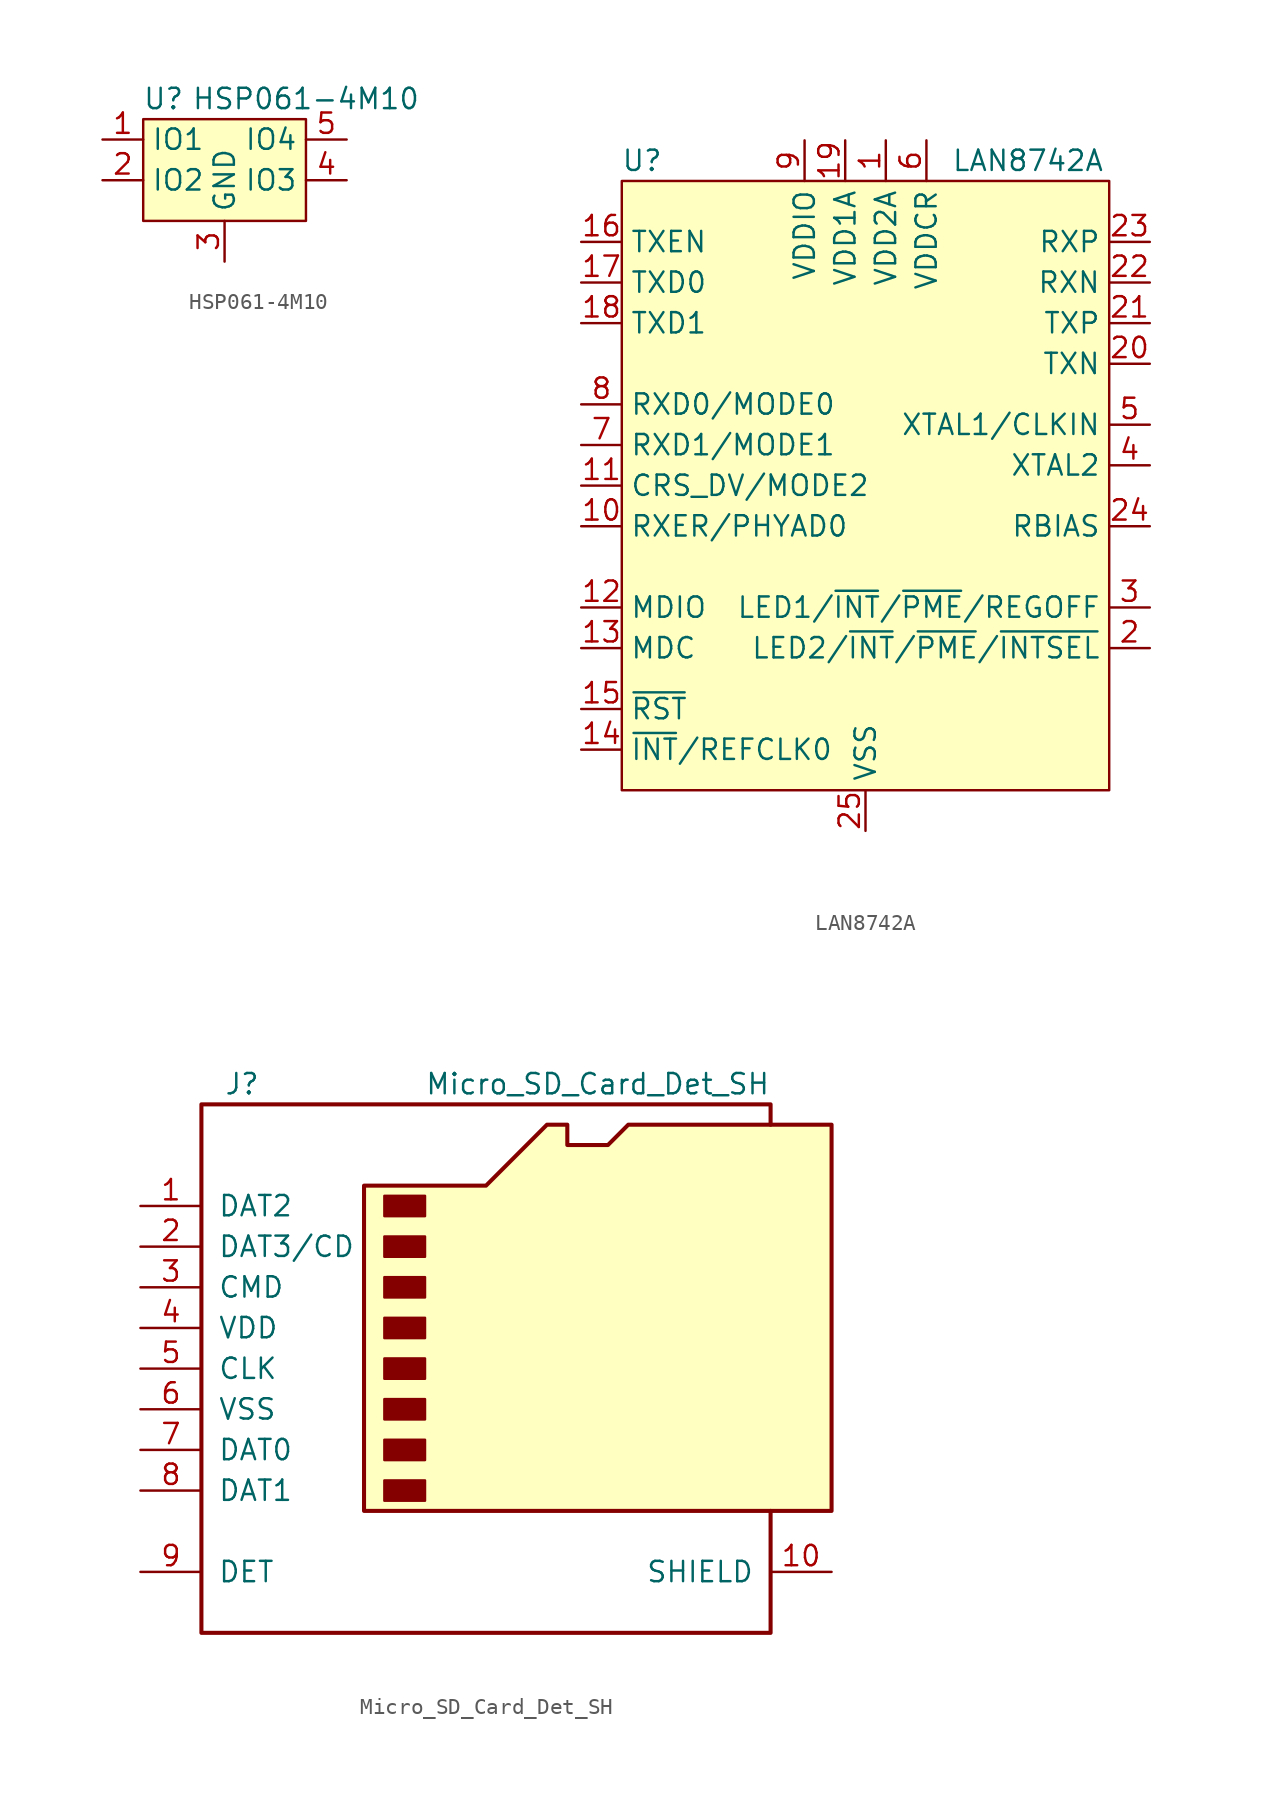
<source format=kicad_sym>
(kicad_symbol_lib
  (version 20211014)
  (generator kicad_symbol_editor)
  (symbol "HSP061-4M10"
    (property "Reference" "U"
      (at -3.81 5.08 0)
      (effects (font (size 1.27 1.27))))
    (property "Value" "HSP061-4M10"
      (at 5.08 5.08 0)
      (effects (font (size 1.27 1.27))))
    (symbol "HSP061-4M10_0_1"
      (rectangle (start -5.08 3.81) (end 5.08 -2.54) (stroke (width 0.152) (type default) (color 0 0 0 0)) (fill (type background))))
    (symbol "HSP061-4M10_1_1"
      (pin passive line (at -7.62 2.54 0) (length 2.54) (name "IO1" (effects (font (size 1.27 1.27)))) (number "1" (effects (font (size 1.27 1.27)))))
      (pin passive line (at -7.62 2.54 0) (length 2.54) hide (name "NC" (effects (font (size 1.27 1.27)))) (number "10" (effects (font (size 1.27 1.27)))))
      (pin passive line (at -7.62 0 0) (length 2.54) (name "IO2" (effects (font (size 1.27 1.27)))) (number "2" (effects (font (size 1.27 1.27)))))
      (pin passive line (at 0 -5.08 90) (length 2.54) (name "GND" (effects (font (size 1.27 1.27)))) (number "3" (effects (font (size 1.27 1.27)))))
      (pin passive line (at 7.62 0 180) (length 2.54) (name "IO3" (effects (font (size 1.27 1.27)))) (number "4" (effects (font (size 1.27 1.27)))))
      (pin passive line (at 7.62 2.54 180) (length 2.54) (name "IO4" (effects (font (size 1.27 1.27)))) (number "5" (effects (font (size 1.27 1.27)))))
      (pin passive line (at 7.62 2.54 180) (length 2.54) hide (name "NC" (effects (font (size 1.27 1.27)))) (number "6" (effects (font (size 1.27 1.27)))))
      (pin passive line (at 7.62 0 180) (length 2.54) hide (name "NC" (effects (font (size 1.27 1.27)))) (number "7" (effects (font (size 1.27 1.27)))))
      (pin passive line (at 0 -5.08 90) (length 2.54) hide (name "GND" (effects (font (size 1.27 1.27)))) (number "8" (effects (font (size 1.27 1.27)))))
      (pin passive line (at -7.62 0 0) (length 2.54) hide (name "NC" (effects (font (size 1.27 1.27)))) (number "9" (effects (font (size 1.27 1.27)))))))
  (symbol "LAN8742A"
    (property "Reference" "U"
      (at -13.97 20.32 0)
      (effects (font (size 1.27 1.27))))
    (property "Value" "LAN8742A"
      (at 10.16 20.32 0)
      (effects (font (size 1.27 1.27))))
    (symbol "LAN8742A_0_1"
      (rectangle (start -15.24 19.05) (end 15.24 -19.05) (stroke (width 0.152) (type default) (color 0 0 0 0)) (fill (type background))))
    (symbol "LAN8742A_1_1"
      (pin power_in line (at 1.27 21.59 270) (length 2.54) (name "VDD2A" (effects (font (size 1.27 1.27)))) (number "1" (effects (font (size 1.27 1.27)))))
      (pin output line (at -17.78 -2.54 0) (length 2.54) (name "RXER/PHYAD0" (effects (font (size 1.27 1.27)))) (number "10" (effects (font (size 1.27 1.27)))))
      (pin output line (at -17.78 0 0) (length 2.54) (name "CRS_DV/MODE2" (effects (font (size 1.27 1.27)))) (number "11" (effects (font (size 1.27 1.27)))))
      (pin bidirectional line (at -17.78 -7.62 0) (length 2.54) (name "MDIO" (effects (font (size 1.27 1.27)))) (number "12" (effects (font (size 1.27 1.27)))))
      (pin input line (at -17.78 -10.16 0) (length 2.54) (name "MDC" (effects (font (size 1.27 1.27)))) (number "13" (effects (font (size 1.27 1.27)))))
      (pin output line (at -17.78 -16.51 0) (length 2.54) (name "~{INT}/REFCLK0" (effects (font (size 1.27 1.27)))) (number "14" (effects (font (size 1.27 1.27)))))
      (pin input line (at -17.78 -13.97 0) (length 2.54) (name "~{RST}" (effects (font (size 1.27 1.27)))) (number "15" (effects (font (size 1.27 1.27)))))
      (pin input line (at -17.78 15.24 0) (length 2.54) (name "TXEN" (effects (font (size 1.27 1.27)))) (number "16" (effects (font (size 1.27 1.27)))))
      (pin input line (at -17.78 12.7 0) (length 2.54) (name "TXD0" (effects (font (size 1.27 1.27)))) (number "17" (effects (font (size 1.27 1.27)))))
      (pin input line (at -17.78 10.16 0) (length 2.54) (name "TXD1" (effects (font (size 1.27 1.27)))) (number "18" (effects (font (size 1.27 1.27)))))
      (pin power_in line (at -1.27 21.59 270) (length 2.54) (name "VDD1A" (effects (font (size 1.27 1.27)))) (number "19" (effects (font (size 1.27 1.27)))))
      (pin bidirectional line (at 17.78 -10.16 180) (length 2.54) (name "LED2/~{INT}/~{PME}/~{INTSEL}" (effects (font (size 1.27 1.27)))) (number "2" (effects (font (size 1.27 1.27)))))
      (pin bidirectional line (at 17.78 7.62 180) (length 2.54) (name "TXN" (effects (font (size 1.27 1.27)))) (number "20" (effects (font (size 1.27 1.27)))))
      (pin bidirectional line (at 17.78 10.16 180) (length 2.54) (name "TXP" (effects (font (size 1.27 1.27)))) (number "21" (effects (font (size 1.27 1.27)))))
      (pin bidirectional line (at 17.78 12.7 180) (length 2.54) (name "RXN" (effects (font (size 1.27 1.27)))) (number "22" (effects (font (size 1.27 1.27)))))
      (pin bidirectional line (at 17.78 15.24 180) (length 2.54) (name "RXP" (effects (font (size 1.27 1.27)))) (number "23" (effects (font (size 1.27 1.27)))))
      (pin passive line (at 17.78 -2.54 180) (length 2.54) (name "RBIAS" (effects (font (size 1.27 1.27)))) (number "24" (effects (font (size 1.27 1.27)))))
      (pin power_in line (at 0 -21.59 90) (length 2.54) (name "VSS" (effects (font (size 1.27 1.27)))) (number "25" (effects (font (size 1.27 1.27)))))
      (pin bidirectional line (at 17.78 -7.62 180) (length 2.54) (name "LED1/~{INT}/~{PME}/REGOFF" (effects (font (size 1.27 1.27)))) (number "3" (effects (font (size 1.27 1.27)))))
      (pin output line (at 17.78 1.27 180) (length 2.54) (name "XTAL2" (effects (font (size 1.27 1.27)))) (number "4" (effects (font (size 1.27 1.27)))))
      (pin input line (at 17.78 3.81 180) (length 2.54) (name "XTAL1/CLKIN" (effects (font (size 1.27 1.27)))) (number "5" (effects (font (size 1.27 1.27)))))
      (pin bidirectional line (at 3.81 21.59 270) (length 2.54) (name "VDDCR" (effects (font (size 1.27 1.27)))) (number "6" (effects (font (size 1.27 1.27)))))
      (pin output line (at -17.78 2.54 0) (length 2.54) (name "RXD1/MODE1" (effects (font (size 1.27 1.27)))) (number "7" (effects (font (size 1.27 1.27)))))
      (pin output line (at -17.78 5.08 0) (length 2.54) (name "RXD0/MODE0" (effects (font (size 1.27 1.27)))) (number "8" (effects (font (size 1.27 1.27)))))
      (pin power_in line (at -3.81 21.59 270) (length 2.54) (name "VDDIO" (effects (font (size 1.27 1.27)))) (number "9" (effects (font (size 1.27 1.27)))))))
  (symbol "Micro_SD_Card_Det_SH"
    (pin_names
      (offset 1.016))
    (property "Reference" "J"
      (at -16.51 17.78 0)
      (effects (font (size 1.27 1.27))))
    (property "Value" "Micro_SD_Card_Det_SH"
      (at 16.51 17.78 0)
      (effects (font (size 1.27 1.27)) (justify right)))
    (symbol "Micro_SD_Card_Det_SH_0_1"
      (rectangle (start -7.62 -6.985) (end -5.08 -8.255) (stroke (width 0) (type default) (color 0 0 0 0)) (fill (type outline)))
      (rectangle (start -7.62 -4.445) (end -5.08 -5.715) (stroke (width 0) (type default) (color 0 0 0 0)) (fill (type outline)))
      (rectangle (start -7.62 -1.905) (end -5.08 -3.175) (stroke (width 0) (type default) (color 0 0 0 0)) (fill (type outline)))
      (rectangle (start -7.62 0.635) (end -5.08 -0.635) (stroke (width 0) (type default) (color 0 0 0 0)) (fill (type outline)))
      (rectangle (start -7.62 3.175) (end -5.08 1.905) (stroke (width 0) (type default) (color 0 0 0 0)) (fill (type outline)))
      (rectangle (start -7.62 5.715) (end -5.08 4.445) (stroke (width 0) (type default) (color 0 0 0 0)) (fill (type outline)))
      (rectangle (start -7.62 8.255) (end -5.08 6.985) (stroke (width 0) (type default) (color 0 0 0 0)) (fill (type outline)))
      (rectangle (start -7.62 10.795) (end -5.08 9.525) (stroke (width 0) (type default) (color 0 0 0 0)) (fill (type outline)))
      (polyline (pts (xy 16.51 15.24) (xy 16.51 16.51) (xy -19.05 16.51) (xy -19.05 -16.51) (xy 16.51 -16.51) (xy 16.51 -8.89)) (stroke (width 0.254) (type default) (color 0 0 0 0)) (fill (type none)))
      (polyline (pts (xy -8.89 -8.89) (xy -8.89 11.43) (xy -1.27 11.43) (xy 2.54 15.24) (xy 3.81 15.24) (xy 3.81 13.97) (xy 6.35 13.97) (xy 7.62 15.24) (xy 20.32 15.24) (xy 20.32 -8.89) (xy -8.89 -8.89)) (stroke (width 0.254) (type default) (color 0 0 0 0)) (fill (type background))))
    (symbol "Micro_SD_Card_Det_SH_1_1"
      (pin bidirectional line (at -22.86 10.16 0) (length 3.81) (name "DAT2" (effects (font (size 1.27 1.27)))) (number "1" (effects (font (size 1.27 1.27)))))
      (pin passive line (at 20.32 -12.7 180) (length 3.81) (name "SHIELD" (effects (font (size 1.27 1.27)))) (number "10" (effects (font (size 1.27 1.27)))))
      (pin bidirectional line (at -22.86 7.62 0) (length 3.81) (name "DAT3/CD" (effects (font (size 1.27 1.27)))) (number "2" (effects (font (size 1.27 1.27)))))
      (pin input line (at -22.86 5.08 0) (length 3.81) (name "CMD" (effects (font (size 1.27 1.27)))) (number "3" (effects (font (size 1.27 1.27)))))
      (pin power_in line (at -22.86 2.54 0) (length 3.81) (name "VDD" (effects (font (size 1.27 1.27)))) (number "4" (effects (font (size 1.27 1.27)))))
      (pin input line (at -22.86 0 0) (length 3.81) (name "CLK" (effects (font (size 1.27 1.27)))) (number "5" (effects (font (size 1.27 1.27)))))
      (pin power_in line (at -22.86 -2.54 0) (length 3.81) (name "VSS" (effects (font (size 1.27 1.27)))) (number "6" (effects (font (size 1.27 1.27)))))
      (pin bidirectional line (at -22.86 -5.08 0) (length 3.81) (name "DAT0" (effects (font (size 1.27 1.27)))) (number "7" (effects (font (size 1.27 1.27)))))
      (pin bidirectional line (at -22.86 -7.62 0) (length 3.81) (name "DAT1" (effects (font (size 1.27 1.27)))) (number "8" (effects (font (size 1.27 1.27)))))
      (pin passive line (at -22.86 -12.7 0) (length 3.81) (name "DET" (effects (font (size 1.27 1.27)))) (number "9" (effects (font (size 1.27 1.27))))))))
</source>
